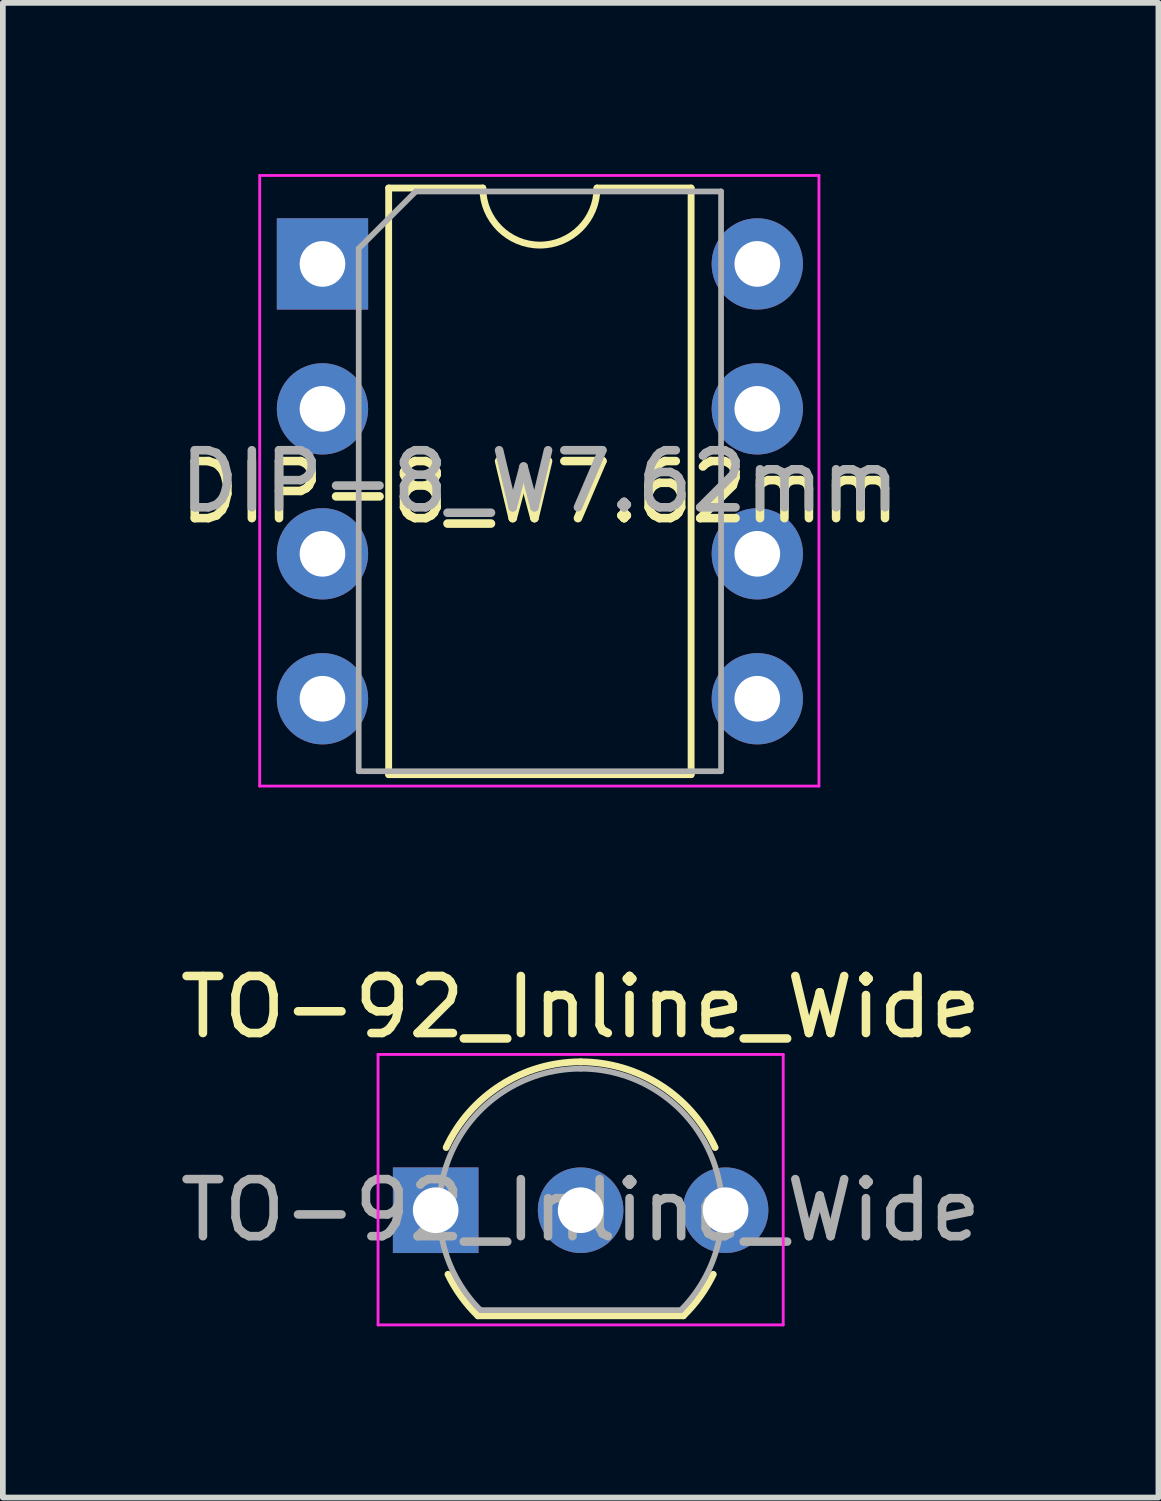
<source format=kicad_pcb>
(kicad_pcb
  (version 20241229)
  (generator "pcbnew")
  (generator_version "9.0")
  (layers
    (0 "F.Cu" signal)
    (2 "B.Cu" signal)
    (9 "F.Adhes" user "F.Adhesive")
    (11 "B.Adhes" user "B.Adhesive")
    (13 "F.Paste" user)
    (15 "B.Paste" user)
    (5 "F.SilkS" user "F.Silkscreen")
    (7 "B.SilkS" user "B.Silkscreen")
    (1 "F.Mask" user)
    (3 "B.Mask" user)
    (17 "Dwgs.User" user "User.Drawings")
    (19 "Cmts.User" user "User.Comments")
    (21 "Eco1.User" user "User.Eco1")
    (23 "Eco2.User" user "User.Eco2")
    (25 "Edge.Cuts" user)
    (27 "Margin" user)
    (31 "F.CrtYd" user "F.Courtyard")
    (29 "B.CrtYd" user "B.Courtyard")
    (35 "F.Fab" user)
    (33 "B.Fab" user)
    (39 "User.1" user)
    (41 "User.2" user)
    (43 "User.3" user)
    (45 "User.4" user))
  (footprint "DIP-8_W7.62mm"
    (layer "F.Cu")
    (at 2.601 1.575)
    (property "Reference" "DIP-8_W7.62mm" (at 3.81 4 0) (layer "F.SilkS") (effects (font (size 1 1) (thickness 0.15))))
    (attr through_hole)
    (fp_line (start 1.16 -1.33) (end 1.16 8.95) (stroke (width 0.12) (type solid)) (layer "F.SilkS"))
    (fp_line (start 1.16 8.95) (end 6.46 8.95) (stroke (width 0.12) (type solid)) (layer "F.SilkS"))
    (fp_line (start 2.81 -1.33) (end 1.16 -1.33) (stroke (width 0.12) (type solid)) (layer "F.SilkS"))
    (fp_line (start 6.46 -1.33) (end 4.81 -1.33) (stroke (width 0.12) (type solid)) (layer "F.SilkS"))
    (fp_line (start 6.46 8.95) (end 6.46 -1.33) (stroke (width 0.12) (type solid)) (layer "F.SilkS"))
    (fp_arc (start 4.81 -1.33) (mid 3.81 -0.33) (end 2.81 -1.33) (stroke (width 0.12) (type solid)) (layer "F.SilkS"))
    (fp_line (start -1.1 -1.55) (end -1.1 9.15) (stroke (width 0.05) (type solid)) (layer "F.CrtYd"))
    (fp_line (start -1.1 9.15) (end 8.7 9.15) (stroke (width 0.05) (type solid)) (layer "F.CrtYd"))
    (fp_line (start 8.7 -1.55) (end -1.1 -1.55) (stroke (width 0.05) (type solid)) (layer "F.CrtYd"))
    (fp_line (start 8.7 9.15) (end 8.7 -1.55) (stroke (width 0.05) (type solid)) (layer "F.CrtYd"))
    (fp_line (start 0.635 -0.27) (end 1.635 -1.27) (stroke (width 0.1) (type solid)) (layer "F.Fab"))
    (fp_line (start 0.635 8.89) (end 0.635 -0.27) (stroke (width 0.1) (type solid)) (layer "F.Fab"))
    (fp_line (start 1.635 -1.27) (end 6.985 -1.27) (stroke (width 0.1) (type solid)) (layer "F.Fab"))
    (fp_line (start 6.985 -1.27) (end 6.985 8.89) (stroke (width 0.1) (type solid)) (layer "F.Fab"))
    (fp_line (start 6.985 8.89) (end 0.635 8.89) (stroke (width 0.1) (type solid)) (layer "F.Fab"))
    (fp_text user "${REFERENCE}" (at 3.81 3.81 0) (layer "F.Fab") (effects (font (size 1 1) (thickness 0.15))))
    (pad "1" thru_hole rect (at 0 0) (size 1.6 1.6) (drill 0.8) (layers "*.Cu" "*.Mask"))
    (pad "2" thru_hole oval (at 0 2.54) (size 1.6 1.6) (drill 0.8) (layers "*.Cu" "*.Mask"))
    (pad "3" thru_hole oval (at 0 5.08) (size 1.6 1.6) (drill 0.8) (layers "*.Cu" "*.Mask"))
    (pad "4" thru_hole oval (at 0 7.62) (size 1.6 1.6) (drill 0.8) (layers "*.Cu" "*.Mask"))
    (pad "5" thru_hole oval (at 7.62 7.62) (size 1.6 1.6) (drill 0.8) (layers "*.Cu" "*.Mask"))
    (pad "6" thru_hole oval (at 7.62 5.08) (size 1.6 1.6) (drill 0.8) (layers "*.Cu" "*.Mask"))
    (pad "7" thru_hole oval (at 7.62 2.54) (size 1.6 1.6) (drill 0.8) (layers "*.Cu" "*.Mask"))
    (pad "8" thru_hole oval (at 7.62 0) (size 1.6 1.6) (drill 0.8) (layers "*.Cu" "*.Mask")))
  (footprint "TO-92_Inline_Wide"
    (layer "F.Cu")
    (at 4.585 18.158)
    (property "Reference" "TO-92_Inline_Wide" (at 2.54 -3.56 180) (layer "F.SilkS") (effects (font (size 1 1) (thickness 0.15))))
    (attr through_hole)
    (fp_line (start 0.74 1.85) (end 4.34 1.85) (stroke (width 0.12) (type solid)) (layer "F.SilkS"))
    (fp_arc (start 0.1836 -1.098807) (mid 1.143021 -2.192817) (end 2.54 -2.6) (stroke (width 0.12) (type solid)) (layer "F.SilkS"))
    (fp_arc (start 0.74 1.85) (mid 0.446097 1.509328) (end 0.215816 1.122795) (stroke (width 0.12) (type solid)) (layer "F.SilkS"))
    (fp_arc (start 2.54 -2.6) (mid 3.936979 -2.192818) (end 4.8964 -1.098807) (stroke (width 0.12) (type solid)) (layer "F.SilkS"))
    (fp_arc (start 4.864184 1.122795) (mid 4.633903 1.509328) (end 4.34 1.85) (stroke (width 0.12) (type solid)) (layer "F.SilkS"))
    (fp_line (start -1.01 -2.73) (end -1.01 2.01) (stroke (width 0.05) (type solid)) (layer "F.CrtYd"))
    (fp_line (start -1.01 -2.73) (end 6.09 -2.73) (stroke (width 0.05) (type solid)) (layer "F.CrtYd"))
    (fp_line (start 6.09 2.01) (end -1.01 2.01) (stroke (width 0.05) (type solid)) (layer "F.CrtYd"))
    (fp_line (start 6.09 2.01) (end 6.09 -2.73) (stroke (width 0.05) (type solid)) (layer "F.CrtYd"))
    (fp_line (start 0.8 1.75) (end 4.3 1.75) (stroke (width 0.1) (type solid)) (layer "F.Fab"))
    (fp_arc (start 0.786375 1.753625) (mid 0.248779 -0.949055) (end 2.54 -2.48) (stroke (width 0.1) (type solid)) (layer "F.Fab"))
    (fp_arc (start 2.54 -2.48) (mid 4.831221 -0.949055) (end 4.293625 1.753625) (stroke (width 0.1) (type solid)) (layer "F.Fab"))
    (fp_text user "${REFERENCE}" (at 2.54 0 180) (layer "F.Fab") (effects (font (size 1 1) (thickness 0.15))))
    (pad "1" thru_hole rect (at 0 0) (size 1.5 1.5) (drill 0.8) (layers "*.Cu" "*.Mask"))
    (pad "2" thru_hole circle (at 2.54 0) (size 1.5 1.5) (drill 0.8) (layers "*.Cu" "*.Mask"))
    (pad "3" thru_hole circle (at 5.08 0) (size 1.5 1.5) (drill 0.8) (layers "*.Cu" "*.Mask")))
  (gr_rect
    (start -3 -3)
    (end 17.25 23.193)
    (stroke (width 0.1) (type default))
    (fill no)
    (layer "Edge.Cuts")))
</source>
